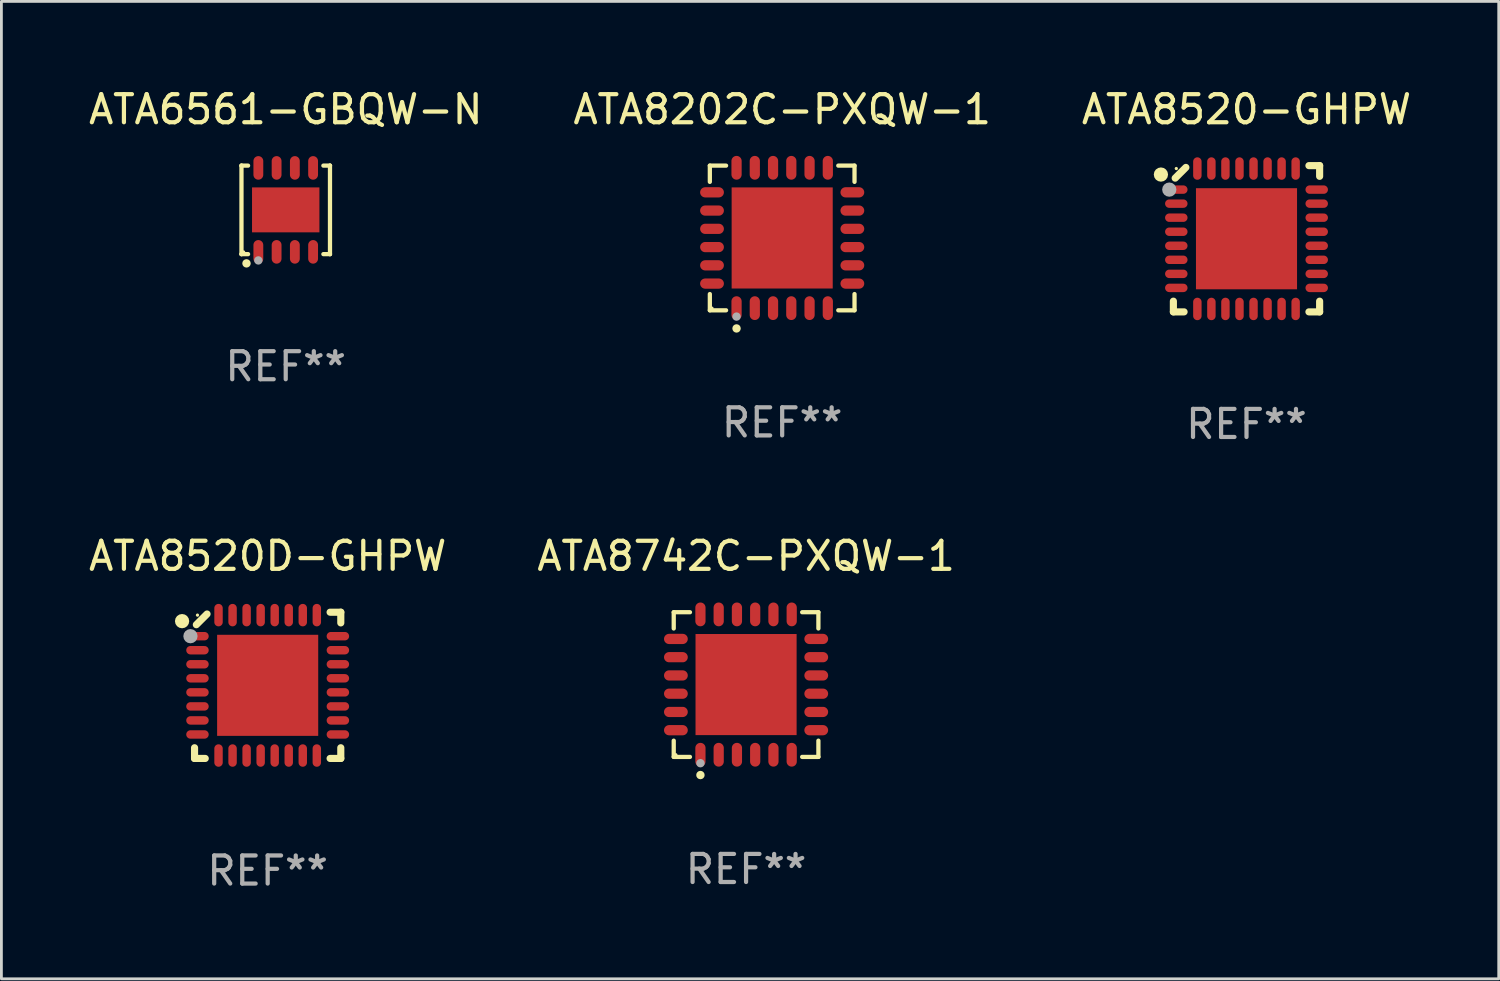
<source format=kicad_pcb>
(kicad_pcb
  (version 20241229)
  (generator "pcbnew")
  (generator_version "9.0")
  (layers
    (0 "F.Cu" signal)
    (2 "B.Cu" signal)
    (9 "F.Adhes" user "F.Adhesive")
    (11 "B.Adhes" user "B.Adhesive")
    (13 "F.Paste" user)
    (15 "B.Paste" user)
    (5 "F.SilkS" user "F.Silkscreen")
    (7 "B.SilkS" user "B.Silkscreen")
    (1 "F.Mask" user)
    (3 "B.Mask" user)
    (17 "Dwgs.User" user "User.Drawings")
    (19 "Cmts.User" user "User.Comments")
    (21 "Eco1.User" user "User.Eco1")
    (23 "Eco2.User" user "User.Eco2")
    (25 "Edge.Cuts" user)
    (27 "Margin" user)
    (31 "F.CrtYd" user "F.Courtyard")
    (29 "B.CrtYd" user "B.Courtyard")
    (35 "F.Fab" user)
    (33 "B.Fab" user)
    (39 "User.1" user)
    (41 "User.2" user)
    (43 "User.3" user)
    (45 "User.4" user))
  (footprint "ATA8520D-GHPW"
    (layer "F.Cu")
    (at 6.482 21.355)
    (property "Reference" "ATA8520D-GHPW" (at 0 -4.604 0) (layer "F.SilkS") (effects (font (size 1 1) (thickness 0.15))))
    (attr through_hole)
    (fp_line (start -2.604 2.223) (end -2.604 2.604) (stroke (width 0.254) (type solid)) (layer "F.SilkS"))
    (fp_line (start -2.604 2.604) (end -2.223 2.604) (stroke (width 0.254) (type solid)) (layer "F.SilkS"))
    (fp_line (start -2.159 -2.54) (end -2.54 -2.159) (stroke (width 0.254) (type solid)) (layer "F.SilkS"))
    (fp_line (start 2.223 2.604) (end 2.604 2.604) (stroke (width 0.254) (type solid)) (layer "F.SilkS"))
    (fp_line (start 2.604 -2.604) (end 2.223 -2.604) (stroke (width 0.254) (type solid)) (layer "F.SilkS"))
    (fp_line (start 2.604 -2.223) (end 2.604 -2.604) (stroke (width 0.254) (type solid)) (layer "F.SilkS"))
    (fp_line (start 2.604 2.604) (end 2.604 2.223) (stroke (width 0.254) (type solid)) (layer "F.SilkS"))
    (fp_circle (center -3.048 -2.286) (end -2.921 -2.286) (stroke (width 0.254) (type solid)) (fill no) (layer "F.SilkS"))
    (fp_circle (center -2.5 -2.5) (end -2.47 -2.5) (stroke (width 0.06) (type solid)) (fill no) (layer "F.SilkS"))
    (fp_circle (center -2.75 -1.75) (end -2.623 -1.75) (stroke (width 0.254) (type solid)) (fill no) (layer "F.Fab"))
    (fp_text user "REF**" (at 0 6.604 0) (layer "F.Fab") (effects (font (size 1 1) (thickness 0.15))))
    (pad "1" smd oval (at -2.5 -1.75) (size 0.8 0.3) (layers "F.Cu" "F.Mask" "F.Paste"))
    (pad "2" smd oval (at -2.5 -1.25) (size 0.8 0.3) (layers "F.Cu" "F.Mask" "F.Paste"))
    (pad "3" smd oval (at -2.5 -0.75) (size 0.8 0.3) (layers "F.Cu" "F.Mask" "F.Paste"))
    (pad "4" smd oval (at -2.5 -0.25) (size 0.8 0.3) (layers "F.Cu" "F.Mask" "F.Paste"))
    (pad "5" smd oval (at -2.5 0.25) (size 0.8 0.3) (layers "F.Cu" "F.Mask" "F.Paste"))
    (pad "6" smd oval (at -2.5 0.75) (size 0.8 0.3) (layers "F.Cu" "F.Mask" "F.Paste"))
    (pad "7" smd oval (at -2.5 1.25) (size 0.8 0.3) (layers "F.Cu" "F.Mask" "F.Paste"))
    (pad "8" smd oval (at -2.5 1.75) (size 0.8 0.3) (layers "F.Cu" "F.Mask" "F.Paste"))
    (pad "9" smd oval (at -1.75 2.5) (size 0.3 0.8) (layers "F.Cu" "F.Mask" "F.Paste"))
    (pad "10" smd oval (at -1.25 2.5) (size 0.3 0.8) (layers "F.Cu" "F.Mask" "F.Paste"))
    (pad "11" smd oval (at -0.75 2.5) (size 0.3 0.8) (layers "F.Cu" "F.Mask" "F.Paste"))
    (pad "12" smd oval (at -0.25 2.5) (size 0.3 0.8) (layers "F.Cu" "F.Mask" "F.Paste"))
    (pad "13" smd oval (at 0.25 2.5) (size 0.3 0.8) (layers "F.Cu" "F.Mask" "F.Paste"))
    (pad "14" smd oval (at 0.75 2.5) (size 0.3 0.8) (layers "F.Cu" "F.Mask" "F.Paste"))
    (pad "15" smd oval (at 1.25 2.5) (size 0.3 0.8) (layers "F.Cu" "F.Mask" "F.Paste"))
    (pad "16" smd oval (at 1.75 2.5) (size 0.3 0.8) (layers "F.Cu" "F.Mask" "F.Paste"))
    (pad "17" smd oval (at 2.5 1.75) (size 0.8 0.3) (layers "F.Cu" "F.Mask" "F.Paste"))
    (pad "18" smd oval (at 2.5 1.25) (size 0.8 0.3) (layers "F.Cu" "F.Mask" "F.Paste"))
    (pad "19" smd oval (at 2.5 0.75) (size 0.8 0.3) (layers "F.Cu" "F.Mask" "F.Paste"))
    (pad "20" smd oval (at 2.5 0.25) (size 0.8 0.3) (layers "F.Cu" "F.Mask" "F.Paste"))
    (pad "21" smd oval (at 2.5 -0.25) (size 0.8 0.3) (layers "F.Cu" "F.Mask" "F.Paste"))
    (pad "22" smd oval (at 2.5 -0.75) (size 0.8 0.3) (layers "F.Cu" "F.Mask" "F.Paste"))
    (pad "23" smd oval (at 2.5 -1.25) (size 0.8 0.3) (layers "F.Cu" "F.Mask" "F.Paste"))
    (pad "24" smd oval (at 2.5 -1.75) (size 0.8 0.3) (layers "F.Cu" "F.Mask" "F.Paste"))
    (pad "25" smd oval (at 1.75 -2.5) (size 0.3 0.8) (layers "F.Cu" "F.Mask" "F.Paste"))
    (pad "26" smd oval (at 1.25 -2.5) (size 0.3 0.8) (layers "F.Cu" "F.Mask" "F.Paste"))
    (pad "27" smd oval (at 0.75 -2.5) (size 0.3 0.8) (layers "F.Cu" "F.Mask" "F.Paste"))
    (pad "28" smd oval (at 0.25 -2.5) (size 0.3 0.8) (layers "F.Cu" "F.Mask" "F.Paste"))
    (pad "29" smd oval (at -0.25 -2.5) (size 0.3 0.8) (layers "F.Cu" "F.Mask" "F.Paste"))
    (pad "30" smd oval (at -0.75 -2.5) (size 0.3 0.8) (layers "F.Cu" "F.Mask" "F.Paste"))
    (pad "31" smd oval (at -1.25 -2.5) (size 0.3 0.8) (layers "F.Cu" "F.Mask" "F.Paste"))
    (pad "32" smd oval (at -1.75 -2.5) (size 0.3 0.8) (layers "F.Cu" "F.Mask" "F.Paste"))
    (pad "33" smd rect (at -0.000076 0) (size 3.6 3.6) (layers "F.Cu" "F.Mask" "F.Paste")))
  (footprint "ATA8742C-PXQW-1"
    (layer "F.Cu")
    (at 23.518 21.328)
    (property "Reference" "ATA8742C-PXQW-1" (at 0 -4.576 0) (layer "F.SilkS") (effects (font (size 1 1) (thickness 0.15))))
    (attr through_hole)
    (fp_line (start -2.576 -2.576) (end -1.998 -2.576) (stroke (width 0.152) (type solid)) (layer "F.SilkS"))
    (fp_line (start -2.576 -1.998) (end -2.576 -2.576) (stroke (width 0.152) (type solid)) (layer "F.SilkS"))
    (fp_line (start -2.576 1.998) (end -2.576 2.576) (stroke (width 0.152) (type solid)) (layer "F.SilkS"))
    (fp_line (start -2.576 2.576) (end -1.998 2.576) (stroke (width 0.152) (type solid)) (layer "F.SilkS"))
    (fp_line (start 2.576 -2.576) (end 1.998 -2.576) (stroke (width 0.152) (type solid)) (layer "F.SilkS"))
    (fp_line (start 2.576 -1.998) (end 2.576 -2.576) (stroke (width 0.152) (type solid)) (layer "F.SilkS"))
    (fp_line (start 2.576 1.998) (end 2.576 2.576) (stroke (width 0.152) (type solid)) (layer "F.SilkS"))
    (fp_line (start 2.576 2.576) (end 1.998 2.576) (stroke (width 0.152) (type solid)) (layer "F.SilkS"))
    (fp_circle (center -2.5 2.5) (end -2.47 2.5) (stroke (width 0.06) (type solid)) (fill no) (layer "F.SilkS"))
    (fp_circle (center -1.625 3.222) (end -1.55 3.222) (stroke (width 0.15) (type solid)) (fill no) (layer "F.SilkS"))
    (fp_circle (center -1.625 2.8) (end -1.55 2.8) (stroke (width 0.15) (type solid)) (fill no) (layer "F.Fab"))
    (fp_text user "REF**" (at 0 6.576 0) (layer "F.Fab") (effects (font (size 1 1) (thickness 0.15))))
    (pad "1" smd oval (at -1.625 2.499) (size 0.364 0.847) (layers "F.Cu" "F.Mask" "F.Paste"))
    (pad "2" smd oval (at -0.975 2.499) (size 0.364 0.847) (layers "F.Cu" "F.Mask" "F.Paste"))
    (pad "3" smd oval (at -0.325 2.499) (size 0.364 0.847) (layers "F.Cu" "F.Mask" "F.Paste"))
    (pad "4" smd oval (at 0.325 2.499) (size 0.364 0.847) (layers "F.Cu" "F.Mask" "F.Paste"))
    (pad "5" smd oval (at 0.975 2.499) (size 0.364 0.847) (layers "F.Cu" "F.Mask" "F.Paste"))
    (pad "6" smd oval (at 1.625 2.499) (size 0.364 0.847) (layers "F.Cu" "F.Mask" "F.Paste"))
    (pad "7" smd oval (at 2.499 1.625) (size 0.847 0.364) (layers "F.Cu" "F.Mask" "F.Paste"))
    (pad "8" smd oval (at 2.499 0.975) (size 0.847 0.364) (layers "F.Cu" "F.Mask" "F.Paste"))
    (pad "9" smd oval (at 2.499 0.325) (size 0.847 0.364) (layers "F.Cu" "F.Mask" "F.Paste"))
    (pad "10" smd oval (at 2.499 -0.325) (size 0.847 0.364) (layers "F.Cu" "F.Mask" "F.Paste"))
    (pad "11" smd oval (at 2.499 -0.975) (size 0.847 0.364) (layers "F.Cu" "F.Mask" "F.Paste"))
    (pad "12" smd oval (at 2.499 -1.625) (size 0.847 0.364) (layers "F.Cu" "F.Mask" "F.Paste"))
    (pad "13" smd oval (at 1.625 -2.499) (size 0.364 0.847) (layers "F.Cu" "F.Mask" "F.Paste"))
    (pad "14" smd oval (at 0.975 -2.499) (size 0.364 0.847) (layers "F.Cu" "F.Mask" "F.Paste"))
    (pad "15" smd oval (at 0.325 -2.499) (size 0.364 0.847) (layers "F.Cu" "F.Mask" "F.Paste"))
    (pad "16" smd oval (at -0.325 -2.499) (size 0.364 0.847) (layers "F.Cu" "F.Mask" "F.Paste"))
    (pad "17" smd oval (at -0.975 -2.499) (size 0.364 0.847) (layers "F.Cu" "F.Mask" "F.Paste"))
    (pad "18" smd oval (at -1.625 -2.499) (size 0.364 0.847) (layers "F.Cu" "F.Mask" "F.Paste"))
    (pad "19" smd oval (at -2.499 -1.625) (size 0.847 0.364) (layers "F.Cu" "F.Mask" "F.Paste"))
    (pad "20" smd oval (at -2.499 -0.975) (size 0.847 0.364) (layers "F.Cu" "F.Mask" "F.Paste"))
    (pad "21" smd oval (at -2.499 -0.325) (size 0.847 0.364) (layers "F.Cu" "F.Mask" "F.Paste"))
    (pad "22" smd oval (at -2.499 0.325) (size 0.847 0.364) (layers "F.Cu" "F.Mask" "F.Paste"))
    (pad "23" smd oval (at -2.499 0.975) (size 0.847 0.364) (layers "F.Cu" "F.Mask" "F.Paste"))
    (pad "24" smd oval (at -2.499 1.625) (size 0.847 0.364) (layers "F.Cu" "F.Mask" "F.Paste"))
    (pad "25" smd rect (at 0 0) (size 3.6 3.6) (layers "F.Cu" "F.Mask" "F.Paste")))
  (footprint "ATA8202C-PXQW-1"
    (layer "F.Cu")
    (at 24.804 5.424)
    (property "Reference" "ATA8202C-PXQW-1" (at 0 -4.576 0) (layer "F.SilkS") (effects (font (size 1 1) (thickness 0.15))))
    (attr through_hole)
    (fp_line (start -2.576 -2.576) (end -1.998 -2.576) (stroke (width 0.152) (type solid)) (layer "F.SilkS"))
    (fp_line (start -2.576 -1.998) (end -2.576 -2.576) (stroke (width 0.152) (type solid)) (layer "F.SilkS"))
    (fp_line (start -2.576 1.998) (end -2.576 2.576) (stroke (width 0.152) (type solid)) (layer "F.SilkS"))
    (fp_line (start -2.576 2.576) (end -1.998 2.576) (stroke (width 0.152) (type solid)) (layer "F.SilkS"))
    (fp_line (start 2.576 -2.576) (end 1.998 -2.576) (stroke (width 0.152) (type solid)) (layer "F.SilkS"))
    (fp_line (start 2.576 -1.998) (end 2.576 -2.576) (stroke (width 0.152) (type solid)) (layer "F.SilkS"))
    (fp_line (start 2.576 1.998) (end 2.576 2.576) (stroke (width 0.152) (type solid)) (layer "F.SilkS"))
    (fp_line (start 2.576 2.576) (end 1.998 2.576) (stroke (width 0.152) (type solid)) (layer "F.SilkS"))
    (fp_circle (center -2.5 2.5) (end -2.47 2.5) (stroke (width 0.06) (type solid)) (fill no) (layer "F.SilkS"))
    (fp_circle (center -1.625 3.222) (end -1.55 3.222) (stroke (width 0.15) (type solid)) (fill no) (layer "F.SilkS"))
    (fp_circle (center -1.625 2.8) (end -1.55 2.8) (stroke (width 0.15) (type solid)) (fill no) (layer "F.Fab"))
    (fp_text user "REF**" (at 0 6.576 0) (layer "F.Fab") (effects (font (size 1 1) (thickness 0.15))))
    (pad "1" smd oval (at -1.625 2.499) (size 0.364 0.847) (layers "F.Cu" "F.Mask" "F.Paste"))
    (pad "2" smd oval (at -0.975 2.499) (size 0.364 0.847) (layers "F.Cu" "F.Mask" "F.Paste"))
    (pad "3" smd oval (at -0.325 2.499) (size 0.364 0.847) (layers "F.Cu" "F.Mask" "F.Paste"))
    (pad "4" smd oval (at 0.325 2.499) (size 0.364 0.847) (layers "F.Cu" "F.Mask" "F.Paste"))
    (pad "5" smd oval (at 0.975 2.499) (size 0.364 0.847) (layers "F.Cu" "F.Mask" "F.Paste"))
    (pad "6" smd oval (at 1.625 2.499) (size 0.364 0.847) (layers "F.Cu" "F.Mask" "F.Paste"))
    (pad "7" smd oval (at 2.499 1.625) (size 0.847 0.364) (layers "F.Cu" "F.Mask" "F.Paste"))
    (pad "8" smd oval (at 2.499 0.975) (size 0.847 0.364) (layers "F.Cu" "F.Mask" "F.Paste"))
    (pad "9" smd oval (at 2.499 0.325) (size 0.847 0.364) (layers "F.Cu" "F.Mask" "F.Paste"))
    (pad "10" smd oval (at 2.499 -0.325) (size 0.847 0.364) (layers "F.Cu" "F.Mask" "F.Paste"))
    (pad "11" smd oval (at 2.499 -0.975) (size 0.847 0.364) (layers "F.Cu" "F.Mask" "F.Paste"))
    (pad "12" smd oval (at 2.499 -1.625) (size 0.847 0.364) (layers "F.Cu" "F.Mask" "F.Paste"))
    (pad "13" smd oval (at 1.625 -2.499) (size 0.364 0.847) (layers "F.Cu" "F.Mask" "F.Paste"))
    (pad "14" smd oval (at 0.975 -2.499) (size 0.364 0.847) (layers "F.Cu" "F.Mask" "F.Paste"))
    (pad "15" smd oval (at 0.325 -2.499) (size 0.364 0.847) (layers "F.Cu" "F.Mask" "F.Paste"))
    (pad "16" smd oval (at -0.325 -2.499) (size 0.364 0.847) (layers "F.Cu" "F.Mask" "F.Paste"))
    (pad "17" smd oval (at -0.975 -2.499) (size 0.364 0.847) (layers "F.Cu" "F.Mask" "F.Paste"))
    (pad "18" smd oval (at -1.625 -2.499) (size 0.364 0.847) (layers "F.Cu" "F.Mask" "F.Paste"))
    (pad "19" smd oval (at -2.499 -1.625) (size 0.847 0.364) (layers "F.Cu" "F.Mask" "F.Paste"))
    (pad "20" smd oval (at -2.499 -0.975) (size 0.847 0.364) (layers "F.Cu" "F.Mask" "F.Paste"))
    (pad "21" smd oval (at -2.499 -0.325) (size 0.847 0.364) (layers "F.Cu" "F.Mask" "F.Paste"))
    (pad "22" smd oval (at -2.499 0.325) (size 0.847 0.364) (layers "F.Cu" "F.Mask" "F.Paste"))
    (pad "23" smd oval (at -2.499 0.975) (size 0.847 0.364) (layers "F.Cu" "F.Mask" "F.Paste"))
    (pad "24" smd oval (at -2.499 1.625) (size 0.847 0.364) (layers "F.Cu" "F.Mask" "F.Paste"))
    (pad "25" smd rect (at 0 0) (size 3.6 3.6) (layers "F.Cu" "F.Mask" "F.Paste")))
  (footprint "ATA6561-GBQW-N"
    (layer "F.Cu")
    (at 7.125 4.424)
    (property "Reference" "ATA6561-GBQW-N" (at 0 -3.576 0) (layer "F.SilkS") (effects (font (size 1 1) (thickness 0.15))))
    (attr through_hole)
    (fp_line (start -1.576 -1.576) (end -1.576 -1.576) (stroke (width 0.152) (type solid)) (layer "F.SilkS"))
    (fp_line (start -1.576 -1.576) (end -1.341 -1.576) (stroke (width 0.152) (type solid)) (layer "F.SilkS"))
    (fp_line (start -1.576 1.576) (end -1.576 -1.576) (stroke (width 0.152) (type solid)) (layer "F.SilkS"))
    (fp_line (start -1.576 1.576) (end -1.576 1.576) (stroke (width 0.152) (type solid)) (layer "F.SilkS"))
    (fp_line (start -1.341 1.576) (end -1.576 1.576) (stroke (width 0.152) (type solid)) (layer "F.SilkS"))
    (fp_line (start 1.341 1.576) (end 1.576 1.576) (stroke (width 0.152) (type solid)) (layer "F.SilkS"))
    (fp_line (start 1.576 -1.576) (end 1.341 -1.576) (stroke (width 0.152) (type solid)) (layer "F.SilkS"))
    (fp_line (start 1.576 -1.576) (end 1.576 -1.576) (stroke (width 0.152) (type solid)) (layer "F.SilkS"))
    (fp_line (start 1.576 1.576) (end 1.576 -1.576) (stroke (width 0.152) (type solid)) (layer "F.SilkS"))
    (fp_line (start 1.576 1.576) (end 1.576 1.576) (stroke (width 0.152) (type solid)) (layer "F.SilkS"))
    (fp_circle (center -1.5 1.5) (end -1.47 1.5) (stroke (width 0.06) (type solid)) (fill no) (layer "F.SilkS"))
    (fp_circle (center -1.397 1.905) (end -1.322 1.905) (stroke (width 0.15) (type solid)) (fill no) (layer "F.SilkS"))
    (fp_circle (center -0.975 1.8) (end -0.9 1.8) (stroke (width 0.15) (type solid)) (fill no) (layer "F.Fab"))
    (fp_text user "REF**" (at 0 5.576 0) (layer "F.Fab") (effects (font (size 1 1) (thickness 0.15))))
    (pad "1" smd oval (at -0.975 1.495) (size 0.35 0.84) (layers "F.Cu" "F.Mask" "F.Paste"))
    (pad "2" smd oval (at -0.325 1.495) (size 0.35 0.84) (layers "F.Cu" "F.Mask" "F.Paste"))
    (pad "3" smd oval (at 0.325 1.495) (size 0.35 0.84) (layers "F.Cu" "F.Mask" "F.Paste"))
    (pad "4" smd oval (at 0.975 1.495) (size 0.35 0.84) (layers "F.Cu" "F.Mask" "F.Paste"))
    (pad "5" smd oval (at 0.975 -1.495) (size 0.35 0.84) (layers "F.Cu" "F.Mask" "F.Paste"))
    (pad "6" smd oval (at 0.325 -1.495) (size 0.35 0.84) (layers "F.Cu" "F.Mask" "F.Paste"))
    (pad "7" smd oval (at -0.325 -1.495) (size 0.35 0.84) (layers "F.Cu" "F.Mask" "F.Paste"))
    (pad "8" smd oval (at -0.975 -1.495) (size 0.35 0.84) (layers "F.Cu" "F.Mask" "F.Paste"))
    (pad "9" smd rect (at 0 0) (size 2.4 1.6) (layers "F.Cu" "F.Mask" "F.Paste")))
  (footprint "ATA8520-GHPW"
    (layer "F.Cu")
    (at 41.339 5.452)
    (property "Reference" "ATA8520-GHPW" (at 0 -4.604 0) (layer "F.SilkS") (effects (font (size 1 1) (thickness 0.15))))
    (attr through_hole)
    (fp_line (start -2.604 2.223) (end -2.604 2.604) (stroke (width 0.254) (type solid)) (layer "F.SilkS"))
    (fp_line (start -2.604 2.604) (end -2.223 2.604) (stroke (width 0.254) (type solid)) (layer "F.SilkS"))
    (fp_line (start -2.159 -2.54) (end -2.54 -2.159) (stroke (width 0.254) (type solid)) (layer "F.SilkS"))
    (fp_line (start 2.223 2.604) (end 2.604 2.604) (stroke (width 0.254) (type solid)) (layer "F.SilkS"))
    (fp_line (start 2.604 -2.604) (end 2.223 -2.604) (stroke (width 0.254) (type solid)) (layer "F.SilkS"))
    (fp_line (start 2.604 -2.223) (end 2.604 -2.604) (stroke (width 0.254) (type solid)) (layer "F.SilkS"))
    (fp_line (start 2.604 2.604) (end 2.604 2.223) (stroke (width 0.254) (type solid)) (layer "F.SilkS"))
    (fp_circle (center -3.048 -2.286) (end -2.921 -2.286) (stroke (width 0.254) (type solid)) (fill no) (layer "F.SilkS"))
    (fp_circle (center -2.5 -2.5) (end -2.47 -2.5) (stroke (width 0.06) (type solid)) (fill no) (layer "F.SilkS"))
    (fp_circle (center -2.75 -1.75) (end -2.623 -1.75) (stroke (width 0.254) (type solid)) (fill no) (layer "F.Fab"))
    (fp_text user "REF**" (at 0 6.604 0) (layer "F.Fab") (effects (font (size 1 1) (thickness 0.15))))
    (pad "1" smd oval (at -2.5 -1.75) (size 0.8 0.3) (layers "F.Cu" "F.Mask" "F.Paste"))
    (pad "2" smd oval (at -2.5 -1.25) (size 0.8 0.3) (layers "F.Cu" "F.Mask" "F.Paste"))
    (pad "3" smd oval (at -2.5 -0.75) (size 0.8 0.3) (layers "F.Cu" "F.Mask" "F.Paste"))
    (pad "4" smd oval (at -2.5 -0.25) (size 0.8 0.3) (layers "F.Cu" "F.Mask" "F.Paste"))
    (pad "5" smd oval (at -2.5 0.25) (size 0.8 0.3) (layers "F.Cu" "F.Mask" "F.Paste"))
    (pad "6" smd oval (at -2.5 0.75) (size 0.8 0.3) (layers "F.Cu" "F.Mask" "F.Paste"))
    (pad "7" smd oval (at -2.5 1.25) (size 0.8 0.3) (layers "F.Cu" "F.Mask" "F.Paste"))
    (pad "8" smd oval (at -2.5 1.75) (size 0.8 0.3) (layers "F.Cu" "F.Mask" "F.Paste"))
    (pad "9" smd oval (at -1.75 2.5) (size 0.3 0.8) (layers "F.Cu" "F.Mask" "F.Paste"))
    (pad "10" smd oval (at -1.25 2.5) (size 0.3 0.8) (layers "F.Cu" "F.Mask" "F.Paste"))
    (pad "11" smd oval (at -0.75 2.5) (size 0.3 0.8) (layers "F.Cu" "F.Mask" "F.Paste"))
    (pad "12" smd oval (at -0.25 2.5) (size 0.3 0.8) (layers "F.Cu" "F.Mask" "F.Paste"))
    (pad "13" smd oval (at 0.25 2.5) (size 0.3 0.8) (layers "F.Cu" "F.Mask" "F.Paste"))
    (pad "14" smd oval (at 0.75 2.5) (size 0.3 0.8) (layers "F.Cu" "F.Mask" "F.Paste"))
    (pad "15" smd oval (at 1.25 2.5) (size 0.3 0.8) (layers "F.Cu" "F.Mask" "F.Paste"))
    (pad "16" smd oval (at 1.75 2.5) (size 0.3 0.8) (layers "F.Cu" "F.Mask" "F.Paste"))
    (pad "17" smd oval (at 2.5 1.75) (size 0.8 0.3) (layers "F.Cu" "F.Mask" "F.Paste"))
    (pad "18" smd oval (at 2.5 1.25) (size 0.8 0.3) (layers "F.Cu" "F.Mask" "F.Paste"))
    (pad "19" smd oval (at 2.5 0.75) (size 0.8 0.3) (layers "F.Cu" "F.Mask" "F.Paste"))
    (pad "20" smd oval (at 2.5 0.25) (size 0.8 0.3) (layers "F.Cu" "F.Mask" "F.Paste"))
    (pad "21" smd oval (at 2.5 -0.25) (size 0.8 0.3) (layers "F.Cu" "F.Mask" "F.Paste"))
    (pad "22" smd oval (at 2.5 -0.75) (size 0.8 0.3) (layers "F.Cu" "F.Mask" "F.Paste"))
    (pad "23" smd oval (at 2.5 -1.25) (size 0.8 0.3) (layers "F.Cu" "F.Mask" "F.Paste"))
    (pad "24" smd oval (at 2.5 -1.75) (size 0.8 0.3) (layers "F.Cu" "F.Mask" "F.Paste"))
    (pad "25" smd oval (at 1.75 -2.5) (size 0.3 0.8) (layers "F.Cu" "F.Mask" "F.Paste"))
    (pad "26" smd oval (at 1.25 -2.5) (size 0.3 0.8) (layers "F.Cu" "F.Mask" "F.Paste"))
    (pad "27" smd oval (at 0.75 -2.5) (size 0.3 0.8) (layers "F.Cu" "F.Mask" "F.Paste"))
    (pad "28" smd oval (at 0.25 -2.5) (size 0.3 0.8) (layers "F.Cu" "F.Mask" "F.Paste"))
    (pad "29" smd oval (at -0.25 -2.5) (size 0.3 0.8) (layers "F.Cu" "F.Mask" "F.Paste"))
    (pad "30" smd oval (at -0.75 -2.5) (size 0.3 0.8) (layers "F.Cu" "F.Mask" "F.Paste"))
    (pad "31" smd oval (at -1.25 -2.5) (size 0.3 0.8) (layers "F.Cu" "F.Mask" "F.Paste"))
    (pad "32" smd oval (at -1.75 -2.5) (size 0.3 0.8) (layers "F.Cu" "F.Mask" "F.Paste"))
    (pad "33" smd rect (at -0.000076 0) (size 3.6 3.6) (layers "F.Cu" "F.Mask" "F.Paste")))
  (gr_rect
    (start -3 -3)
    (end 50.321 31.807)
    (stroke (width 0.1) (type default))
    (fill no)
    (layer "Edge.Cuts")))
</source>
